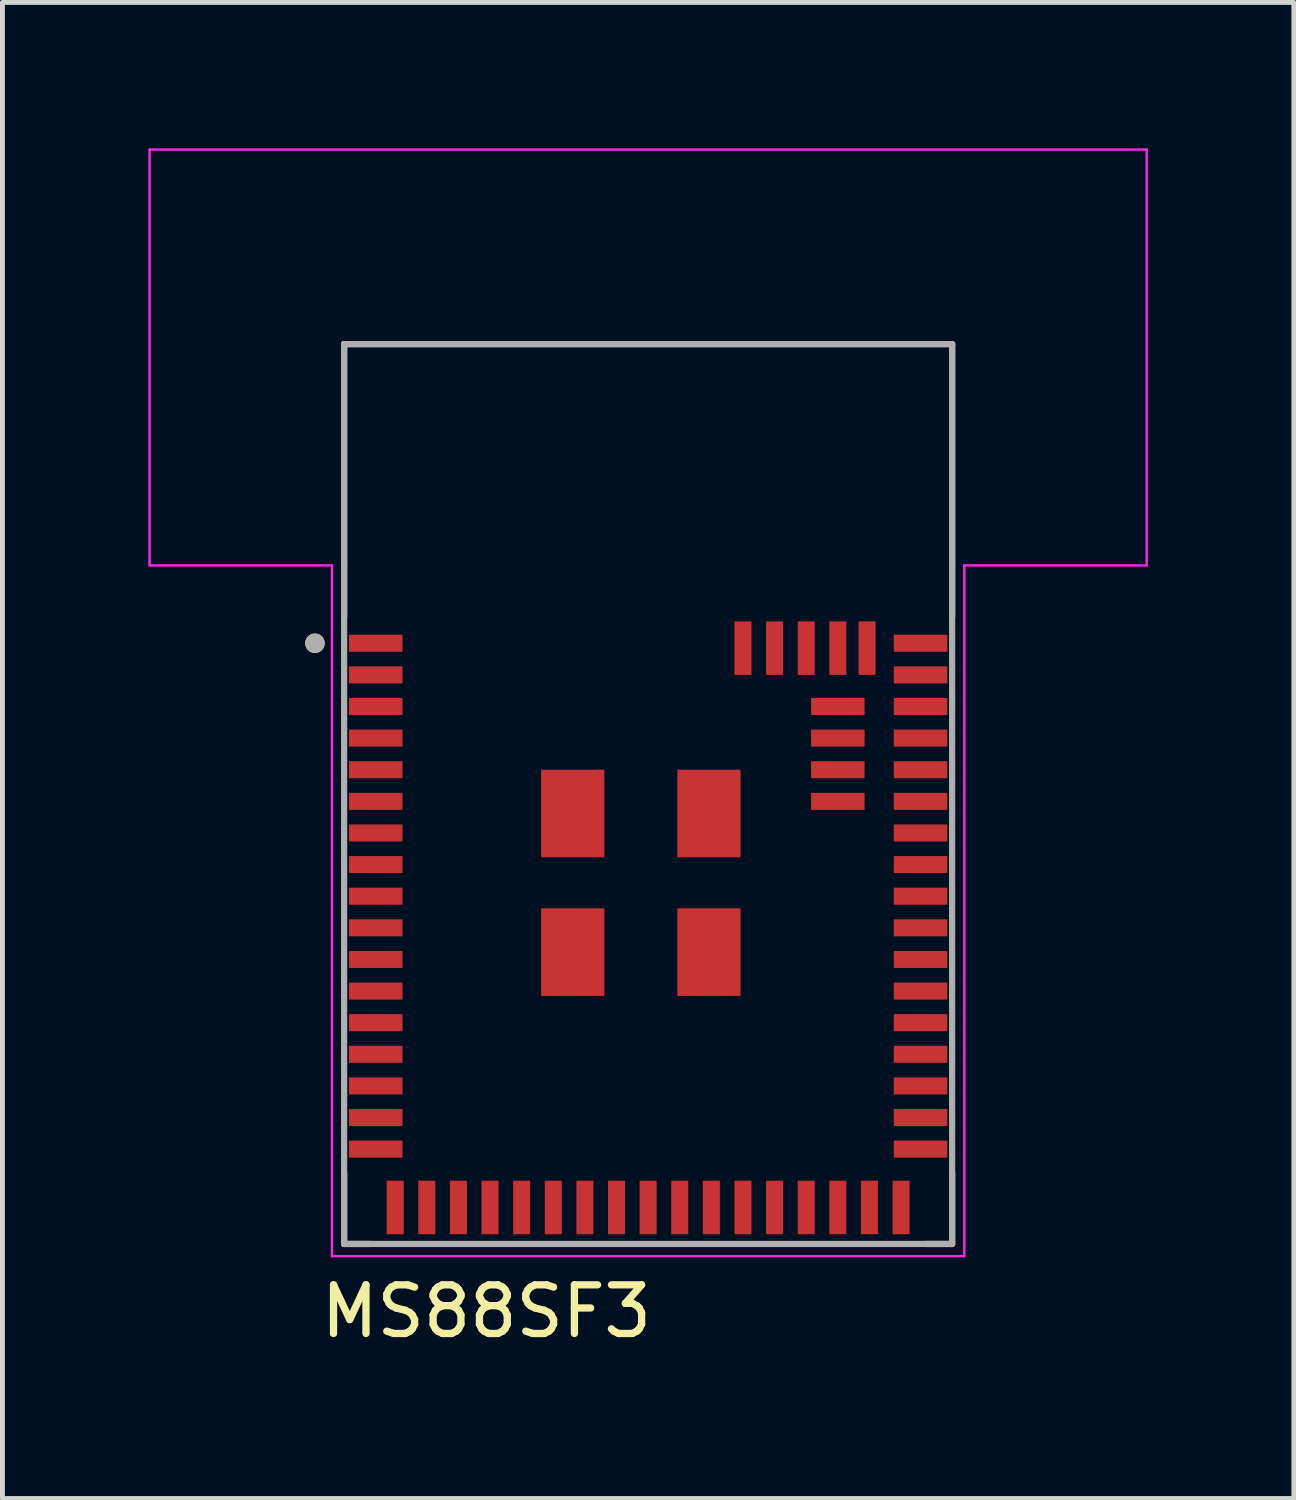
<source format=kicad_pcb>
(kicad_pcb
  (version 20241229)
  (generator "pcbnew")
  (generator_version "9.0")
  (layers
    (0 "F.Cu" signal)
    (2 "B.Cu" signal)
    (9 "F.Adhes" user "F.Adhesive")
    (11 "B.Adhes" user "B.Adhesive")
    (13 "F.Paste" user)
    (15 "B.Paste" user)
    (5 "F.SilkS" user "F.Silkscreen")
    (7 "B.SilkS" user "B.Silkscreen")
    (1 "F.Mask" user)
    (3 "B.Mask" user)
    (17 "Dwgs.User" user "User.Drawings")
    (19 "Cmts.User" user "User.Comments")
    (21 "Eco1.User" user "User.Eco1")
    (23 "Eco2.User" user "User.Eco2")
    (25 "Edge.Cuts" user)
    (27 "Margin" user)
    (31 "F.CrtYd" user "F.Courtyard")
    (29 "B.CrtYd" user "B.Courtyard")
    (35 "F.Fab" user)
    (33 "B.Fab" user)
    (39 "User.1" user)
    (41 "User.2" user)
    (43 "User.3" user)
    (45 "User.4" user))
  (footprint "MS88SF3"
    (layer "F.Cu")
    (at 10.275 13.275)
    (property "Reference" "MS88SF3" (at -3.325 10.635 0) (layer "F.SilkS") (effects (font (size 1 1) (thickness 0.15))))
    (attr smd)
    (fp_line (start -6.25 -9.25) (end 6.25 -9.25) (stroke (width 0.127) (type solid)) (layer "F.SilkS"))
    (fp_line (start -6.25 -3.65) (end -6.25 -9.25) (stroke (width 0.127) (type solid)) (layer "F.SilkS"))
    (fp_line (start -6.25 9.25) (end -6.25 7.8) (stroke (width 0.127) (type solid)) (layer "F.SilkS"))
    (fp_line (start -5.695 9.25) (end -6.25 9.25) (stroke (width 0.127) (type solid)) (layer "F.SilkS"))
    (fp_line (start 6.25 -9.25) (end 6.25 -3.65) (stroke (width 0.127) (type solid)) (layer "F.SilkS"))
    (fp_line (start 6.25 9.25) (end 5.695 9.25) (stroke (width 0.127) (type solid)) (layer "F.SilkS"))
    (fp_line (start 6.25 9.25) (end 6.25 7.8) (stroke (width 0.127) (type solid)) (layer "F.SilkS"))
    (fp_circle (center -6.85 -3.1) (end -6.75 -3.1) (stroke (width 0.2) (type solid)) (fill no) (layer "F.SilkS"))
    (fp_line (start -10.25 -13.25) (end 10.25 -13.25) (stroke (width 0.05) (type solid)) (layer "F.CrtYd"))
    (fp_line (start -10.25 -4.7) (end -10.25 -13.25) (stroke (width 0.05) (type solid)) (layer "F.CrtYd"))
    (fp_line (start -6.5 -4.7) (end -10.25 -4.7) (stroke (width 0.05) (type solid)) (layer "F.CrtYd"))
    (fp_line (start -6.5 -4.7) (end -6.5 9.5) (stroke (width 0.05) (type solid)) (layer "F.CrtYd"))
    (fp_line (start -6.5 9.5) (end 6.5 9.5) (stroke (width 0.05) (type solid)) (layer "F.CrtYd"))
    (fp_line (start 6.5 9.5) (end 6.5 -4.7) (stroke (width 0.05) (type solid)) (layer "F.CrtYd"))
    (fp_line (start 10.25 -13.25) (end 10.25 -4.7) (stroke (width 0.05) (type solid)) (layer "F.CrtYd"))
    (fp_line (start 10.25 -4.7) (end 6.5 -4.7) (stroke (width 0.05) (type solid)) (layer "F.CrtYd"))
    (fp_line (start -6.25 -9.25) (end 6.25 -9.25) (stroke (width 0.127) (type solid)) (layer "F.Fab"))
    (fp_line (start -6.25 -4.7) (end -6.25 -9.25) (stroke (width 0.127) (type solid)) (layer "F.Fab"))
    (fp_line (start -6.25 9.25) (end -6.25 -4.7) (stroke (width 0.127) (type solid)) (layer "F.Fab"))
    (fp_line (start 6.25 -9.25) (end 6.25 -4.7) (stroke (width 0.127) (type solid)) (layer "F.Fab"))
    (fp_line (start 6.25 -4.7) (end 6.25 9.25) (stroke (width 0.127) (type solid)) (layer "F.Fab"))
    (fp_line (start 6.25 9.25) (end -6.25 9.25) (stroke (width 0.127) (type solid)) (layer "F.Fab"))
    (fp_circle (center -6.85 -3.1) (end -6.75 -3.1) (stroke (width 0.2) (type solid)) (fill no) (layer "F.Fab"))
    (pad "1" smd rect (at -5.6 -3.1) (size 1.1 0.35) (layers "F.Cu" "F.Mask" "F.Paste"))
    (pad "2" smd rect (at -5.6 -2.45) (size 1.1 0.35) (layers "F.Cu" "F.Mask" "F.Paste"))
    (pad "3" smd rect (at -5.6 -1.8) (size 1.1 0.35) (layers "F.Cu" "F.Mask" "F.Paste"))
    (pad "4" smd rect (at -5.6 -1.15) (size 1.1 0.35) (layers "F.Cu" "F.Mask" "F.Paste"))
    (pad "5" smd rect (at -5.6 -0.5) (size 1.1 0.35) (layers "F.Cu" "F.Mask" "F.Paste"))
    (pad "6" smd rect (at -5.6 0.15) (size 1.1 0.35) (layers "F.Cu" "F.Mask" "F.Paste"))
    (pad "7" smd rect (at -5.6 0.8) (size 1.1 0.35) (layers "F.Cu" "F.Mask" "F.Paste"))
    (pad "8" smd rect (at -5.6 1.45) (size 1.1 0.35) (layers "F.Cu" "F.Mask" "F.Paste"))
    (pad "9" smd rect (at -5.6 2.1) (size 1.1 0.35) (layers "F.Cu" "F.Mask" "F.Paste"))
    (pad "10" smd rect (at -5.6 2.75) (size 1.1 0.35) (layers "F.Cu" "F.Mask" "F.Paste"))
    (pad "11" smd rect (at -5.6 3.4) (size 1.1 0.35) (layers "F.Cu" "F.Mask" "F.Paste"))
    (pad "12" smd rect (at -5.6 4.05) (size 1.1 0.35) (layers "F.Cu" "F.Mask" "F.Paste"))
    (pad "13" smd rect (at -5.6 4.7) (size 1.1 0.35) (layers "F.Cu" "F.Mask" "F.Paste"))
    (pad "14" smd rect (at -5.6 5.35) (size 1.1 0.35) (layers "F.Cu" "F.Mask" "F.Paste"))
    (pad "15" smd rect (at -5.6 6) (size 1.1 0.35) (layers "F.Cu" "F.Mask" "F.Paste"))
    (pad "16" smd rect (at -5.6 6.65) (size 1.1 0.35) (layers "F.Cu" "F.Mask" "F.Paste"))
    (pad "17" smd rect (at -5.6 7.3) (size 1.1 0.35) (layers "F.Cu" "F.Mask" "F.Paste"))
    (pad "18" smd rect (at -5.2 8.5) (size 0.35 1.1) (layers "F.Cu" "F.Mask" "F.Paste"))
    (pad "19" smd rect (at -4.55 8.5) (size 0.35 1.1) (layers "F.Cu" "F.Mask" "F.Paste"))
    (pad "20" smd rect (at -3.9 8.5) (size 0.35 1.1) (layers "F.Cu" "F.Mask" "F.Paste"))
    (pad "21" smd rect (at -3.25 8.5) (size 0.35 1.1) (layers "F.Cu" "F.Mask" "F.Paste"))
    (pad "22" smd rect (at -2.6 8.5) (size 0.35 1.1) (layers "F.Cu" "F.Mask" "F.Paste"))
    (pad "23" smd rect (at -1.95 8.5) (size 0.35 1.1) (layers "F.Cu" "F.Mask" "F.Paste"))
    (pad "24" smd rect (at -1.3 8.5) (size 0.35 1.1) (layers "F.Cu" "F.Mask" "F.Paste"))
    (pad "25" smd rect (at -0.65 8.5) (size 0.35 1.1) (layers "F.Cu" "F.Mask" "F.Paste"))
    (pad "26" smd rect (at 0 8.5) (size 0.35 1.1) (layers "F.Cu" "F.Mask" "F.Paste"))
    (pad "27" smd rect (at 0.65 8.5) (size 0.35 1.1) (layers "F.Cu" "F.Mask" "F.Paste"))
    (pad "28" smd rect (at 1.3 8.5) (size 0.35 1.1) (layers "F.Cu" "F.Mask" "F.Paste"))
    (pad "29" smd rect (at 1.95 8.5) (size 0.35 1.1) (layers "F.Cu" "F.Mask" "F.Paste"))
    (pad "30" smd rect (at 2.6 8.5) (size 0.35 1.1) (layers "F.Cu" "F.Mask" "F.Paste"))
    (pad "31" smd rect (at 3.25 8.5) (size 0.35 1.1) (layers "F.Cu" "F.Mask" "F.Paste"))
    (pad "32" smd rect (at 3.9 8.5) (size 0.35 1.1) (layers "F.Cu" "F.Mask" "F.Paste"))
    (pad "33" smd rect (at 4.55 8.5) (size 0.35 1.1) (layers "F.Cu" "F.Mask" "F.Paste"))
    (pad "34" smd rect (at 5.2 8.5) (size 0.35 1.1) (layers "F.Cu" "F.Mask" "F.Paste"))
    (pad "35" smd rect (at 5.6 7.3) (size 1.1 0.35) (layers "F.Cu" "F.Mask" "F.Paste"))
    (pad "36" smd rect (at 5.6 6.65) (size 1.1 0.35) (layers "F.Cu" "F.Mask" "F.Paste"))
    (pad "37" smd rect (at 5.6 6) (size 1.1 0.35) (layers "F.Cu" "F.Mask" "F.Paste"))
    (pad "38" smd rect (at 5.6 5.35) (size 1.1 0.35) (layers "F.Cu" "F.Mask" "F.Paste"))
    (pad "39" smd rect (at 5.6 4.7) (size 1.1 0.35) (layers "F.Cu" "F.Mask" "F.Paste"))
    (pad "40" smd rect (at 5.6 4.05) (size 1.1 0.35) (layers "F.Cu" "F.Mask" "F.Paste"))
    (pad "41" smd rect (at 5.6 3.4) (size 1.1 0.35) (layers "F.Cu" "F.Mask" "F.Paste"))
    (pad "42" smd rect (at 5.6 2.75) (size 1.1 0.35) (layers "F.Cu" "F.Mask" "F.Paste"))
    (pad "43" smd rect (at 5.6 2.1) (size 1.1 0.35) (layers "F.Cu" "F.Mask" "F.Paste"))
    (pad "44" smd rect (at 5.6 1.45) (size 1.1 0.35) (layers "F.Cu" "F.Mask" "F.Paste"))
    (pad "45" smd rect (at 5.6 0.8) (size 1.1 0.35) (layers "F.Cu" "F.Mask" "F.Paste"))
    (pad "46" smd rect (at 5.6 0.15) (size 1.1 0.35) (layers "F.Cu" "F.Mask" "F.Paste"))
    (pad "47" smd rect (at 5.6 -0.5) (size 1.1 0.35) (layers "F.Cu" "F.Mask" "F.Paste"))
    (pad "48" smd rect (at 5.6 -1.15) (size 1.1 0.35) (layers "F.Cu" "F.Mask" "F.Paste"))
    (pad "49" smd rect (at 5.6 -1.8) (size 1.1 0.35) (layers "F.Cu" "F.Mask" "F.Paste"))
    (pad "50" smd rect (at 5.6 -2.45) (size 1.1 0.35) (layers "F.Cu" "F.Mask" "F.Paste"))
    (pad "51" smd rect (at 5.6 -3.1) (size 1.1 0.35) (layers "F.Cu" "F.Mask" "F.Paste"))
    (pad "52" smd rect (at 4.5 -3) (size 0.35 1.1) (layers "F.Cu" "F.Mask" "F.Paste"))
    (pad "53" smd rect (at 3.9 -3) (size 0.35 1.1) (layers "F.Cu" "F.Mask" "F.Paste"))
    (pad "54" smd rect (at 3.25 -3) (size 0.35 1.1) (layers "F.Cu" "F.Mask" "F.Paste"))
    (pad "55" smd rect (at 2.6 -3) (size 0.35 1.1) (layers "F.Cu" "F.Mask" "F.Paste"))
    (pad "56" smd rect (at 1.95 -3) (size 0.35 1.1) (layers "F.Cu" "F.Mask" "F.Paste"))
    (pad "57" smd rect (at 3.9 -1.8) (size 1.1 0.35) (layers "F.Cu" "F.Mask" "F.Paste"))
    (pad "58" smd rect (at 3.9 -1.15) (size 1.1 0.35) (layers "F.Cu" "F.Mask" "F.Paste"))
    (pad "59" smd rect (at 3.9 -0.5) (size 1.1 0.35) (layers "F.Cu" "F.Mask" "F.Paste"))
    (pad "60" smd rect (at 3.9 0.15) (size 1.1 0.35) (layers "F.Cu" "F.Mask" "F.Paste"))
    (pad "61" smd rect (at 1.25 0.4) (size 1.3 1.8) (layers "F.Cu" "F.Mask" "F.Paste"))
    (pad "62" smd rect (at 1.25 3.25) (size 1.3 1.8) (layers "F.Cu" "F.Mask" "F.Paste"))
    (pad "63" smd rect (at -1.55 3.25) (size 1.3 1.8) (layers "F.Cu" "F.Mask" "F.Paste"))
    (pad "64" smd rect (at -1.55 0.4) (size 1.3 1.8) (layers "F.Cu" "F.Mask" "F.Paste"))
    (zone (net_name "") (layer "F.Cu") (hatch full 0.508) (connect_pads) (min_thickness 0.01) (filled_areas_thickness no) (keepout (tracks not_allowed) (vias not_allowed) (pads not_allowed) (copperpour not_allowed) (footprints allowed)) (placement (enabled no)) (fill) (polygon (pts (xy 4.025 4.025) (xy 16.525 4.025) (xy 16.525 8.575) (xy 4.025 8.575))))
    (zone (net_name "") (layers "F.Cu" "B.Cu") (hatch full 0.508) (connect_pads) (min_thickness 0.01) (filled_areas_thickness no) (keepout (tracks allowed) (vias not_allowed) (pads allowed) (copperpour allowed) (footprints allowed)) (placement (enabled no)) (fill) (polygon (pts (xy 4.025 4.025) (xy 16.525 4.025) (xy 16.525 8.575) (xy 4.025 8.575))))
    (zone (net_name "") (layer "B.Cu") (hatch full 0.508) (connect_pads) (min_thickness 0.01) (filled_areas_thickness no) (keepout (tracks not_allowed) (vias not_allowed) (pads not_allowed) (copperpour not_allowed) (footprints allowed)) (placement (enabled no)) (fill) (polygon (pts (xy 4.025 4.025) (xy 16.525 4.025) (xy 16.525 8.575) (xy 4.025 8.575)))))
  (gr_rect
    (start -3 -3)
    (end 23.55 27.758)
    (stroke (width 0.1) (type default))
    (fill no)
    (layer "Edge.Cuts")))
</source>
